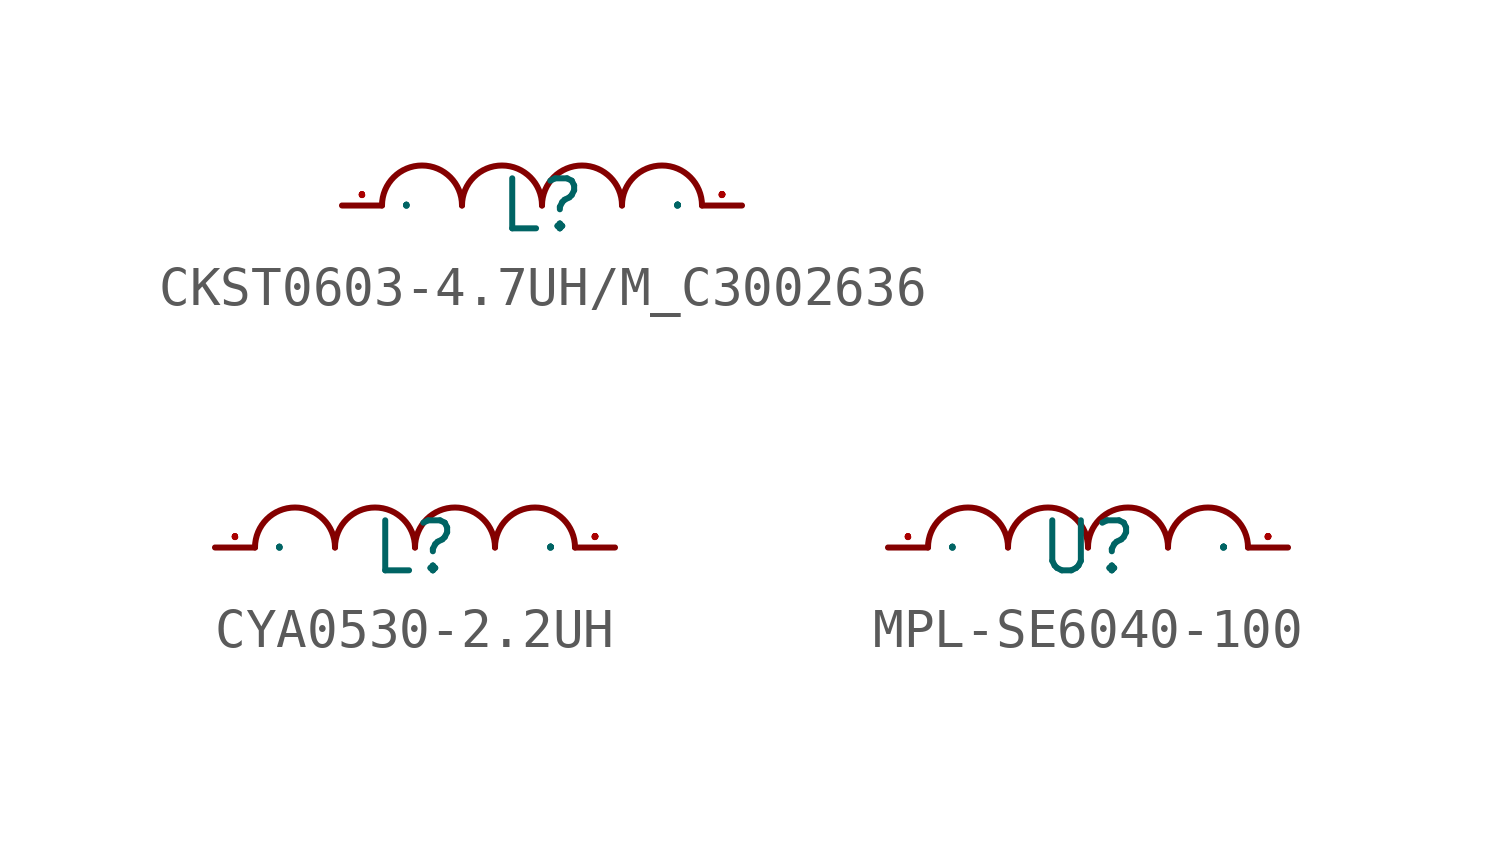
<source format=kicad_sym>
(kicad_symbol_lib
  (version 20241209)
  (generator "kicad_symbol_editor")
  (generator_version "9.0")
  (symbol "CKST0603-4.7UH/M_C3002636"
    (property "Reference" "L"
      (at 0 0 0)
      (effects (font (size 1.27 1.27))))
    (symbol "CKST0603-4.7UH/M_C3002636_1_0"
      (arc (start -4.064 0) (mid -3.0226 1.016) (end -2.032 0) (stroke (width 0) (type default)) (fill (type none)))
      (arc (start -2.032 0) (mid -0.9906 1.016) (end 0 0) (stroke (width 0) (type default)) (fill (type none)))
      (arc (start 0 0) (mid 1.016 1.016) (end 2.032 0) (stroke (width 0) (type default)) (fill (type none)))
      (arc (start 2.032 0) (mid 3.048 1.016) (end 4.064 0) (stroke (width 0) (type default)) (fill (type none)))
      (pin unspecified line (at -5.08 0 0) (length 1.016) (name "1" (effects (font (size 0.025 0.025)))) (number "1" (effects (font (size 0.025 0.025)))))
      (pin unspecified line (at 5.08 0 180) (length 1.016) (name "2" (effects (font (size 0.025 0.025)))) (number "2" (effects (font (size 0.025 0.025)))))))
  (symbol "CYA0530-2.2UH"
    (property "Reference" "L"
      (at 0 0 0)
      (effects (font (size 1.27 1.27))))
    (symbol "CYA0530-2.2UH_1_0"
      (arc (start -4.064 0) (mid -3.0226 1.016) (end -2.032 0) (stroke (width 0) (type default)) (fill (type none)))
      (arc (start -2.032 0) (mid -0.9906 1.016) (end 0 0) (stroke (width 0) (type default)) (fill (type none)))
      (arc (start 0 0) (mid 1.016 1.016) (end 2.032 0) (stroke (width 0) (type default)) (fill (type none)))
      (arc (start 2.032 0) (mid 3.048 1.016) (end 4.064 0) (stroke (width 0) (type default)) (fill (type none)))
      (pin unspecified line (at -5.08 0 0) (length 1.016) (name "1" (effects (font (size 0.025 0.025)))) (number "1" (effects (font (size 0.025 0.025)))))
      (pin unspecified line (at 5.08 0 180) (length 1.016) (name "2" (effects (font (size 0.025 0.025)))) (number "2" (effects (font (size 0.025 0.025)))))))
  (symbol "MPL-SE6040-100"
    (property "Reference" "U"
      (at 0 0 0)
      (effects (font (size 1.27 1.27))))
    (symbol "MPL-SE6040-100_1_0"
      (arc (start -4.064 0) (mid -3.0226 1.016) (end -2.032 0) (stroke (width 0) (type default)) (fill (type none)))
      (arc (start -2.032 0) (mid -0.9906 1.016) (end 0 0) (stroke (width 0) (type default)) (fill (type none)))
      (arc (start 0 0) (mid 1.016 1.016) (end 2.032 0) (stroke (width 0) (type default)) (fill (type none)))
      (arc (start 2.032 0) (mid 3.048 1.016) (end 4.064 0) (stroke (width 0) (type default)) (fill (type none)))
      (pin unspecified line (at -5.08 0 0) (length 1.016) (name "1" (effects (font (size 0.025 0.025)))) (number "1" (effects (font (size 0.025 0.025)))))
      (pin unspecified line (at 5.08 0 180) (length 1.016) (name "2" (effects (font (size 0.025 0.025)))) (number "2" (effects (font (size 0.025 0.025))))))))
</source>
